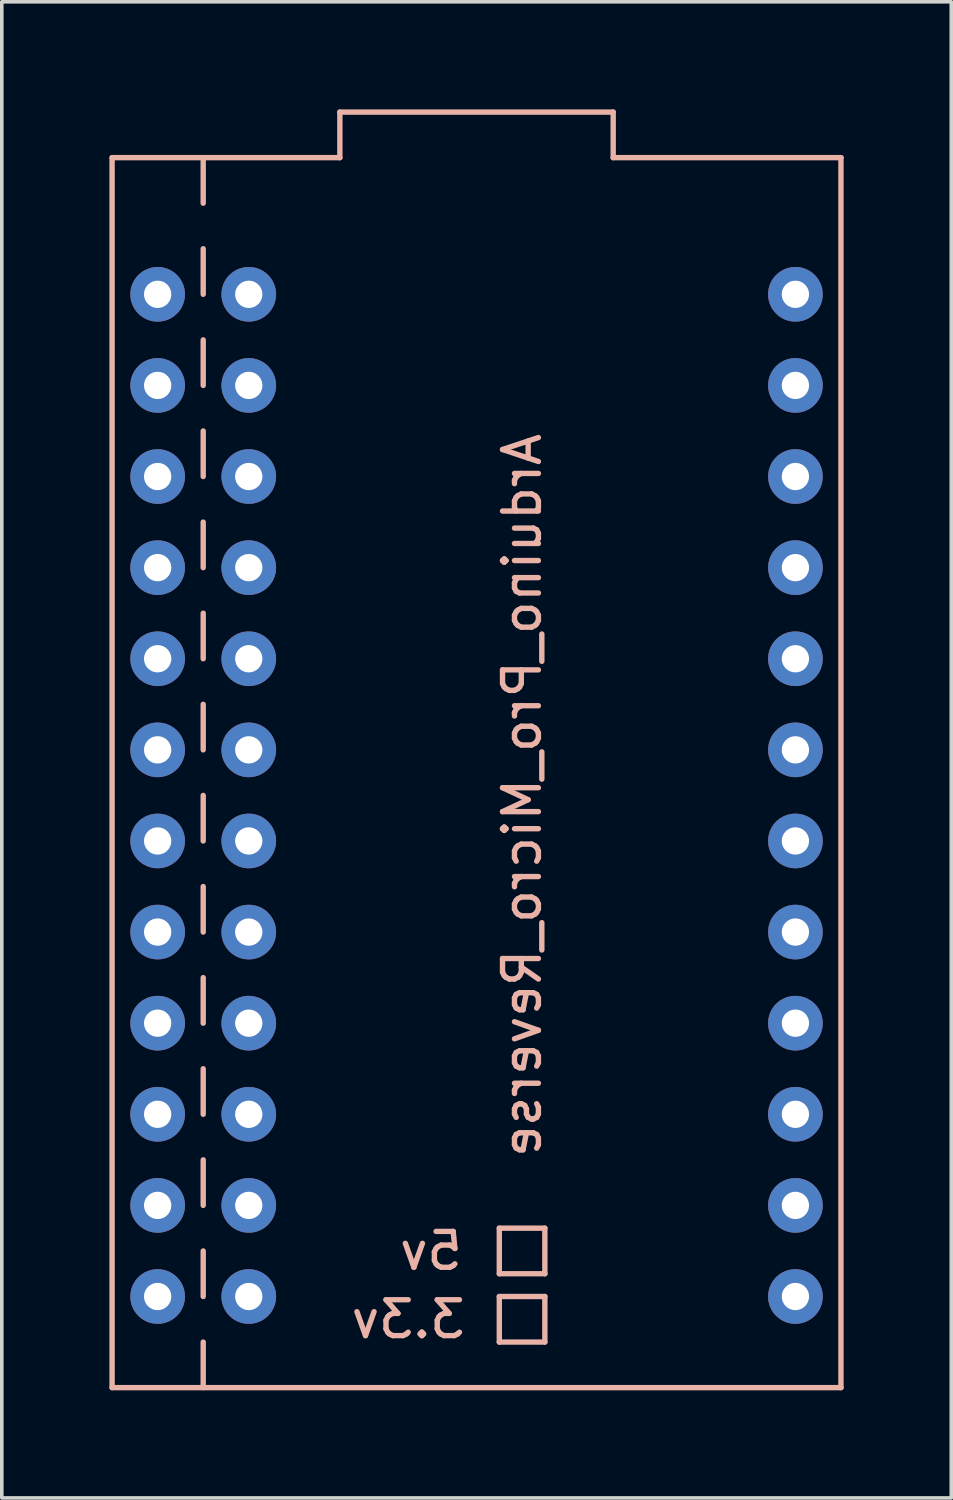
<source format=kicad_pcb>
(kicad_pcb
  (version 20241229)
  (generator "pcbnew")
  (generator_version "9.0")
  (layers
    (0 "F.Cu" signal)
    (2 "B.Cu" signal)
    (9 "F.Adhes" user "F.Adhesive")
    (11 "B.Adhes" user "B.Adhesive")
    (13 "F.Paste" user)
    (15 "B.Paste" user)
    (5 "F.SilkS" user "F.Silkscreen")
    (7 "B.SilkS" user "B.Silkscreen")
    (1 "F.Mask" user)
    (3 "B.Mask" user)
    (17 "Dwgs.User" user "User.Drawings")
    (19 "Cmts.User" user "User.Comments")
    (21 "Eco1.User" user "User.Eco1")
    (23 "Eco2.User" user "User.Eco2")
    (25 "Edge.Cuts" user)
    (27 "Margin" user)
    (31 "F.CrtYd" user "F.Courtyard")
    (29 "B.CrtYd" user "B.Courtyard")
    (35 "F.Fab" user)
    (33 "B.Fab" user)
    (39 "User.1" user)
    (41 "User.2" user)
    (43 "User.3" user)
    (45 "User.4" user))
  (footprint "Arduino_Pro_Micro_Reverse"
    (layer "F.Cu")
    (at 10.235 19.125)
    (property "Reference" "Arduino_Pro_Micro_Reverse" (at 1.27 0 90) (layer "B.SilkS") (effects (font (size 1 1) (thickness 0.15)) (justify mirror)))
    (attr through_hole)
    (fp_line (start -10.16 -17.78) (end -10.16 16.51) (stroke (width 0.15) (type solid)) (layer "B.SilkS"))
    (fp_line (start -10.16 -17.78) (end -3.81 -17.78) (stroke (width 0.15) (type solid)) (layer "B.SilkS"))
    (fp_line (start -10.16 16.51) (end 10.16 16.51) (stroke (width 0.15) (type solid)) (layer "B.SilkS"))
    (fp_line (start -7.62 -17.78) (end -7.62 -16.51) (stroke (width 0.15) (type solid)) (layer "B.SilkS"))
    (fp_line (start -7.62 -15.24) (end -7.62 -13.97) (stroke (width 0.15) (type solid)) (layer "B.SilkS"))
    (fp_line (start -7.62 -12.7) (end -7.62 -11.43) (stroke (width 0.15) (type solid)) (layer "B.SilkS"))
    (fp_line (start -7.62 -10.16) (end -7.62 -8.89) (stroke (width 0.15) (type solid)) (layer "B.SilkS"))
    (fp_line (start -7.62 -7.62) (end -7.62 -6.35) (stroke (width 0.15) (type solid)) (layer "B.SilkS"))
    (fp_line (start -7.62 -5.08) (end -7.62 -3.81) (stroke (width 0.15) (type solid)) (layer "B.SilkS"))
    (fp_line (start -7.62 -2.54) (end -7.62 -1.27) (stroke (width 0.15) (type solid)) (layer "B.SilkS"))
    (fp_line (start -7.62 0) (end -7.62 1.27) (stroke (width 0.15) (type solid)) (layer "B.SilkS"))
    (fp_line (start -7.62 2.54) (end -7.62 3.81) (stroke (width 0.15) (type solid)) (layer "B.SilkS"))
    (fp_line (start -7.62 5.08) (end -7.62 6.35) (stroke (width 0.15) (type solid)) (layer "B.SilkS"))
    (fp_line (start -7.62 7.62) (end -7.62 8.89) (stroke (width 0.15) (type solid)) (layer "B.SilkS"))
    (fp_line (start -7.62 10.16) (end -7.62 11.43) (stroke (width 0.15) (type solid)) (layer "B.SilkS"))
    (fp_line (start -7.62 12.7) (end -7.62 13.97) (stroke (width 0.15) (type solid)) (layer "B.SilkS"))
    (fp_line (start -7.62 15.24) (end -7.62 16.51) (stroke (width 0.15) (type solid)) (layer "B.SilkS"))
    (fp_line (start -3.81 -19.05) (end 3.81 -19.05) (stroke (width 0.15) (type solid)) (layer "B.SilkS"))
    (fp_line (start -3.81 -17.78) (end -3.81 -19.05) (stroke (width 0.15) (type solid)) (layer "B.SilkS"))
    (fp_line (start 0.635 12.065) (end 0.635 13.335) (stroke (width 0.15) (type solid)) (layer "B.SilkS"))
    (fp_line (start 0.635 13.335) (end 1.905 13.335) (stroke (width 0.15) (type solid)) (layer "B.SilkS"))
    (fp_line (start 0.635 13.97) (end 0.635 15.24) (stroke (width 0.15) (type solid)) (layer "B.SilkS"))
    (fp_line (start 0.635 15.24) (end 1.905 15.24) (stroke (width 0.15) (type solid)) (layer "B.SilkS"))
    (fp_line (start 1.905 12.065) (end 0.635 12.065) (stroke (width 0.15) (type solid)) (layer "B.SilkS"))
    (fp_line (start 1.905 13.335) (end 1.905 12.065) (stroke (width 0.15) (type solid)) (layer "B.SilkS"))
    (fp_line (start 1.905 13.97) (end 0.635 13.97) (stroke (width 0.15) (type solid)) (layer "B.SilkS"))
    (fp_line (start 1.905 15.24) (end 1.905 13.97) (stroke (width 0.15) (type solid)) (layer "B.SilkS"))
    (fp_line (start 3.81 -19.05) (end 3.81 -17.78) (stroke (width 0.15) (type solid)) (layer "B.SilkS"))
    (fp_line (start 3.81 -17.78) (end 10.16 -17.78) (stroke (width 0.15) (type solid)) (layer "B.SilkS"))
    (fp_line (start 10.16 16.51) (end 10.16 -17.78) (stroke (width 0.15) (type solid)) (layer "B.SilkS"))
    (fp_text user "3.3v" (at -1.905 14.605 0) (layer "B.SilkS") (effects (font (size 1 1) (thickness 0.15)) (justify mirror)))
    (fp_text user "5v" (at -1.27 12.7 0) (layer "B.SilkS") (effects (font (size 1 1) (thickness 0.15)) (justify mirror)))
    (pad "1" thru_hole circle (at -8.89 -13.97) (size 1.524 1.524) (drill 0.762) (layers "*.Cu" "*.Mask"))
    (pad "1" thru_hole circle (at -6.35 -13.97) (size 1.524 1.524) (drill 0.762) (layers "*.Cu" "*.Mask"))
    (pad "2" thru_hole circle (at -8.89 -11.43) (size 1.524 1.524) (drill 0.762) (layers "*.Cu" "*.Mask"))
    (pad "2" thru_hole circle (at -6.35 -11.43) (size 1.524 1.524) (drill 0.762) (layers "*.Cu" "*.Mask"))
    (pad "3" thru_hole circle (at -8.89 -8.89) (size 1.524 1.524) (drill 0.762) (layers "*.Cu" "*.Mask"))
    (pad "3" thru_hole circle (at -6.35 -8.89) (size 1.524 1.524) (drill 0.762) (layers "*.Cu" "*.Mask"))
    (pad "4" thru_hole circle (at -8.89 -6.35) (size 1.524 1.524) (drill 0.762) (layers "*.Cu" "*.Mask"))
    (pad "4" thru_hole circle (at -6.35 -6.35) (size 1.524 1.524) (drill 0.762) (layers "*.Cu" "*.Mask"))
    (pad "5" thru_hole circle (at -8.89 -3.81) (size 1.524 1.524) (drill 0.762) (layers "*.Cu" "*.Mask"))
    (pad "5" thru_hole circle (at -6.35 -3.81) (size 1.524 1.524) (drill 0.762) (layers "*.Cu" "*.Mask"))
    (pad "6" thru_hole circle (at -8.89 -1.27) (size 1.524 1.524) (drill 0.762) (layers "*.Cu" "*.Mask"))
    (pad "6" thru_hole circle (at -6.35 -1.27) (size 1.524 1.524) (drill 0.762) (layers "*.Cu" "*.Mask"))
    (pad "7" thru_hole circle (at -8.89 1.27) (size 1.524 1.524) (drill 0.762) (layers "*.Cu" "*.Mask"))
    (pad "7" thru_hole circle (at -6.35 1.27) (size 1.524 1.524) (drill 0.762) (layers "*.Cu" "*.Mask"))
    (pad "8" thru_hole circle (at -8.89 3.81) (size 1.524 1.524) (drill 0.762) (layers "*.Cu" "*.Mask"))
    (pad "8" thru_hole circle (at -6.35 3.81) (size 1.524 1.524) (drill 0.762) (layers "*.Cu" "*.Mask"))
    (pad "9" thru_hole circle (at -8.89 6.35) (size 1.524 1.524) (drill 0.762) (layers "*.Cu" "*.Mask"))
    (pad "9" thru_hole circle (at -6.35 6.35) (size 1.524 1.524) (drill 0.762) (layers "*.Cu" "*.Mask"))
    (pad "10" thru_hole circle (at -8.89 8.89) (size 1.524 1.524) (drill 0.762) (layers "*.Cu" "*.Mask"))
    (pad "10" thru_hole circle (at -6.35 8.89) (size 1.524 1.524) (drill 0.762) (layers "*.Cu" "*.Mask"))
    (pad "11" thru_hole circle (at -8.89 11.43) (size 1.524 1.524) (drill 0.762) (layers "*.Cu" "*.Mask"))
    (pad "11" thru_hole circle (at -6.35 11.43) (size 1.524 1.524) (drill 0.762) (layers "*.Cu" "*.Mask"))
    (pad "12" thru_hole circle (at -8.89 13.97) (size 1.524 1.524) (drill 0.762) (layers "*.Cu" "*.Mask"))
    (pad "12" thru_hole circle (at -6.35 13.97) (size 1.524 1.524) (drill 0.762) (layers "*.Cu" "*.Mask"))
    (pad "13" thru_hole circle (at 8.89 13.97) (size 1.524 1.524) (drill 0.762) (layers "*.Cu" "*.Mask"))
    (pad "14" thru_hole circle (at 8.89 11.43) (size 1.524 1.524) (drill 0.762) (layers "*.Cu" "*.Mask"))
    (pad "15" thru_hole circle (at 8.89 8.89) (size 1.524 1.524) (drill 0.762) (layers "*.Cu" "*.Mask"))
    (pad "16" thru_hole circle (at 8.89 6.35) (size 1.524 1.524) (drill 0.762) (layers "*.Cu" "*.Mask"))
    (pad "17" thru_hole circle (at 8.89 3.81) (size 1.524 1.524) (drill 0.762) (layers "*.Cu" "*.Mask"))
    (pad "18" thru_hole circle (at 8.89 1.27) (size 1.524 1.524) (drill 0.762) (layers "*.Cu" "*.Mask"))
    (pad "19" thru_hole circle (at 8.89 -1.27) (size 1.524 1.524) (drill 0.762) (layers "*.Cu" "*.Mask"))
    (pad "20" thru_hole circle (at 8.89 -3.81) (size 1.524 1.524) (drill 0.762) (layers "*.Cu" "*.Mask"))
    (pad "21" thru_hole circle (at 8.89 -6.35) (size 1.524 1.524) (drill 0.762) (layers "*.Cu" "*.Mask"))
    (pad "22" thru_hole circle (at 8.89 -8.89) (size 1.524 1.524) (drill 0.762) (layers "*.Cu" "*.Mask"))
    (pad "23" thru_hole circle (at 8.89 -11.43) (size 1.524 1.524) (drill 0.762) (layers "*.Cu" "*.Mask"))
    (pad "24" thru_hole circle (at 8.89 -13.97) (size 1.524 1.524) (drill 0.762) (layers "*.Cu" "*.Mask")))
  (gr_rect
    (start -3 -3)
    (end 23.47 38.71)
    (stroke (width 0.1) (type default))
    (fill no)
    (layer "Edge.Cuts")))
</source>
